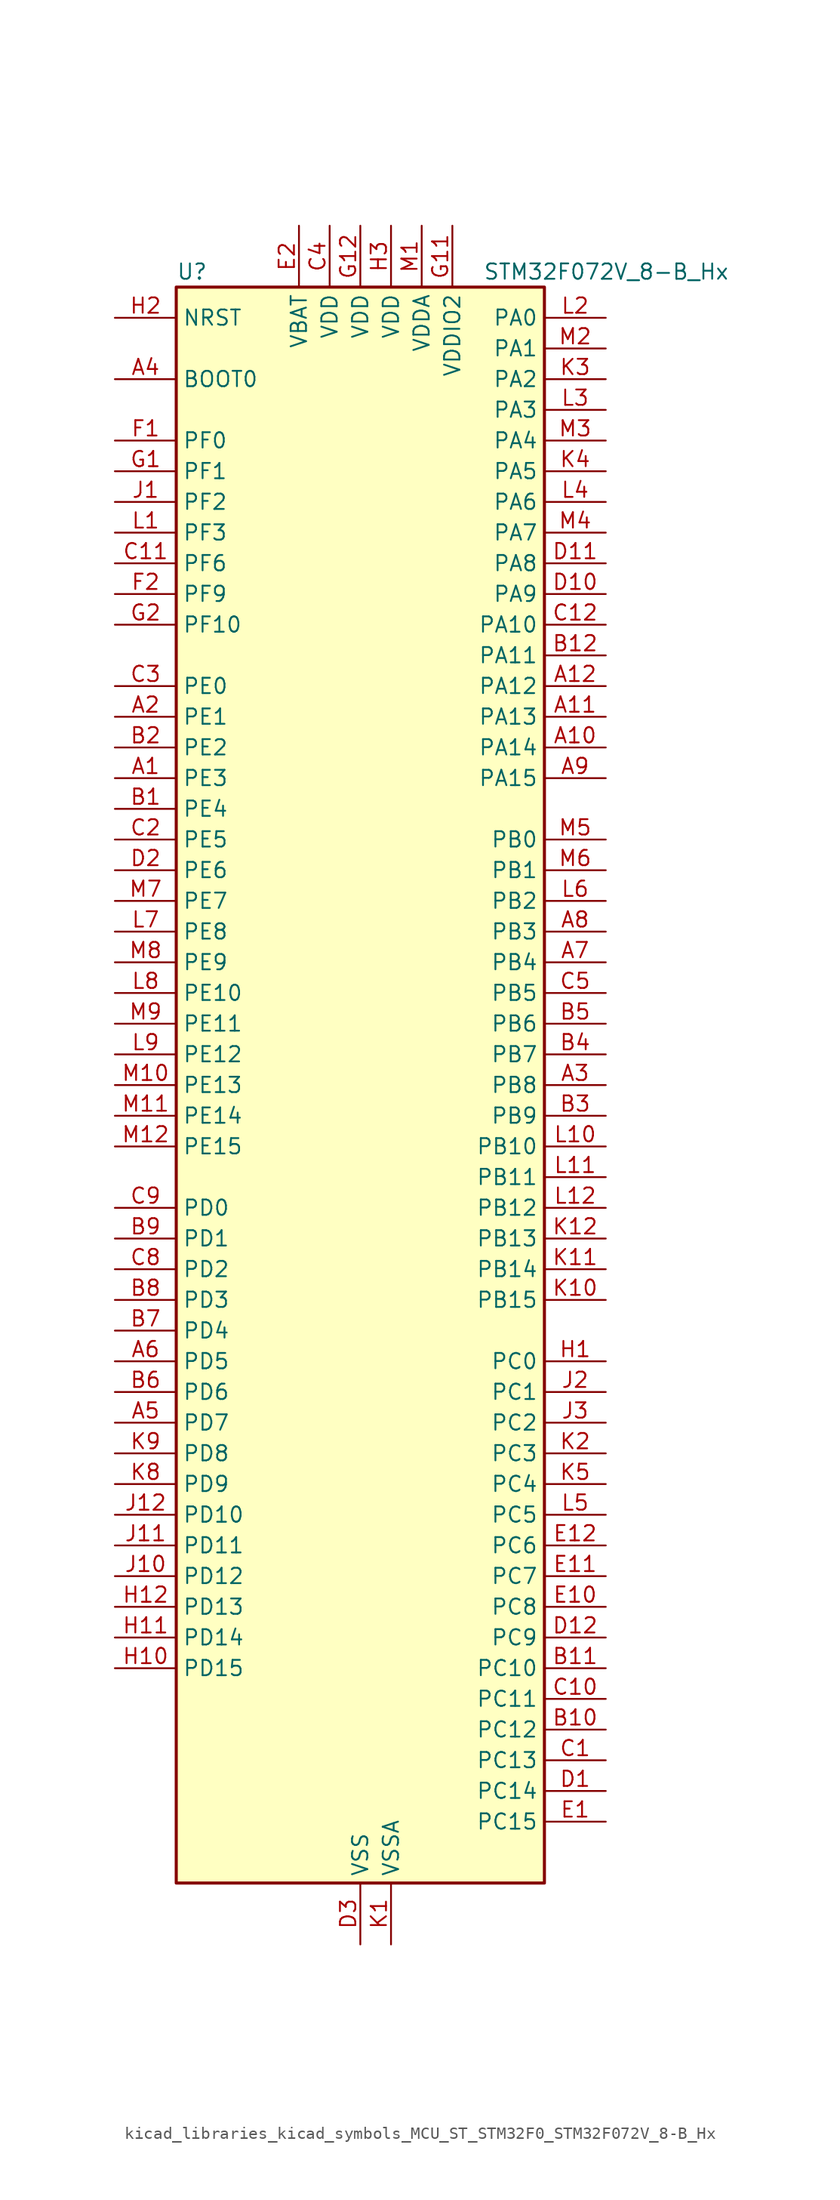
<source format=kicad_sym>
(kicad_symbol_lib
  (version 20220914)
  (generator kicad_symbol_editor)
  (symbol "kicad_libraries_kicad_symbols_MCU_ST_STM32F0_STM32F072V_8-B_Hx"
    (property "Reference" "U"
      (at -15.24 67.31 0)
      (effects (font (size 1.27 1.27)) (justify left)))
    (property "Value" "STM32F072V_8-B_Hx"
      (at 10.16 67.31 0)
      (effects (font (size 1.27 1.27)) (justify left)))
    (property "ki_locked" ""
      (at 0 0 0)
      (effects (font (size 1.27 1.27))))
    (symbol "kicad_libraries_kicad_symbols_MCU_ST_STM32F0_STM32F072V_8-B_Hx_0_1"
      (rectangle (start -15.24 -66.04) (end 15.24 66.04) (stroke (width 0.254) (type default)) (fill (type background))))
    (symbol "kicad_libraries_kicad_symbols_MCU_ST_STM32F0_STM32F072V_8-B_Hx_1_1"
      (pin bidirectional line (at -20.32 25.4 0) (length 5.08) (name "PE3" (effects (font (size 1.27 1.27)))) (number "A1" (effects (font (size 1.27 1.27)))) (alternate "TIM3_CH1" bidirectional line) (alternate "TSC_G7_IO2" bidirectional line))
      (pin bidirectional line (at 20.32 27.94 180) (length 5.08) (name "PA14" (effects (font (size 1.27 1.27)))) (number "A10" (effects (font (size 1.27 1.27)))) (alternate "SYS_SWCLK" bidirectional line) (alternate "USART2_TX" bidirectional line))
      (pin bidirectional line (at 20.32 30.48 180) (length 5.08) (name "PA13" (effects (font (size 1.27 1.27)))) (number "A11" (effects (font (size 1.27 1.27)))) (alternate "IR_OUT" bidirectional line) (alternate "SYS_SWDIO" bidirectional line) (alternate "USB_NOE" bidirectional line))
      (pin bidirectional line (at 20.32 33.02 180) (length 5.08) (name "PA12" (effects (font (size 1.27 1.27)))) (number "A12" (effects (font (size 1.27 1.27)))) (alternate "CAN_TX" bidirectional line) (alternate "COMP2_OUT" bidirectional line) (alternate "TIM1_ETR" bidirectional line) (alternate "TSC_G4_IO4" bidirectional line) (alternate "USART1_DE" bidirectional line) (alternate "USART1_RTS" bidirectional line) (alternate "USB_DP" bidirectional line))
      (pin bidirectional line (at -20.32 30.48 0) (length 5.08) (name "PE1" (effects (font (size 1.27 1.27)))) (number "A2" (effects (font (size 1.27 1.27)))) (alternate "TIM17_CH1" bidirectional line))
      (pin bidirectional line (at 20.32 0 180) (length 5.08) (name "PB8" (effects (font (size 1.27 1.27)))) (number "A3" (effects (font (size 1.27 1.27)))) (alternate "CAN_RX" bidirectional line) (alternate "CEC" bidirectional line) (alternate "I2C1_SCL" bidirectional line) (alternate "TIM16_CH1" bidirectional line) (alternate "TSC_SYNC" bidirectional line))
      (pin input line (at -20.32 58.42 0) (length 5.08) (name "BOOT0" (effects (font (size 1.27 1.27)))) (number "A4" (effects (font (size 1.27 1.27)))))
      (pin bidirectional line (at -20.32 -27.94 0) (length 5.08) (name "PD7" (effects (font (size 1.27 1.27)))) (number "A5" (effects (font (size 1.27 1.27)))) (alternate "USART2_CK" bidirectional line))
      (pin bidirectional line (at -20.32 -22.86 0) (length 5.08) (name "PD5" (effects (font (size 1.27 1.27)))) (number "A6" (effects (font (size 1.27 1.27)))) (alternate "USART2_TX" bidirectional line))
      (pin bidirectional line (at 20.32 10.16 180) (length 5.08) (name "PB4" (effects (font (size 1.27 1.27)))) (number "A7" (effects (font (size 1.27 1.27)))) (alternate "I2S1_MCK" bidirectional line) (alternate "SPI1_MISO" bidirectional line) (alternate "TIM17_BKIN" bidirectional line) (alternate "TIM3_CH1" bidirectional line) (alternate "TSC_G5_IO2" bidirectional line))
      (pin bidirectional line (at 20.32 12.7 180) (length 5.08) (name "PB3" (effects (font (size 1.27 1.27)))) (number "A8" (effects (font (size 1.27 1.27)))) (alternate "I2S1_CK" bidirectional line) (alternate "SPI1_SCK" bidirectional line) (alternate "TIM2_CH2" bidirectional line) (alternate "TSC_G5_IO1" bidirectional line))
      (pin bidirectional line (at 20.32 25.4 180) (length 5.08) (name "PA15" (effects (font (size 1.27 1.27)))) (number "A9" (effects (font (size 1.27 1.27)))) (alternate "I2S1_WS" bidirectional line) (alternate "SPI1_NSS" bidirectional line) (alternate "TIM2_CH1" bidirectional line) (alternate "TIM2_ETR" bidirectional line) (alternate "USART2_RX" bidirectional line) (alternate "USART4_DE" bidirectional line) (alternate "USART4_RTS" bidirectional line))
      (pin bidirectional line (at -20.32 22.86 0) (length 5.08) (name "PE4" (effects (font (size 1.27 1.27)))) (number "B1" (effects (font (size 1.27 1.27)))) (alternate "TIM3_CH2" bidirectional line) (alternate "TSC_G7_IO3" bidirectional line))
      (pin bidirectional line (at 20.32 -53.34 180) (length 5.08) (name "PC12" (effects (font (size 1.27 1.27)))) (number "B10" (effects (font (size 1.27 1.27)))) (alternate "USART3_CK" bidirectional line) (alternate "USART4_CK" bidirectional line))
      (pin bidirectional line (at 20.32 -48.26 180) (length 5.08) (name "PC10" (effects (font (size 1.27 1.27)))) (number "B11" (effects (font (size 1.27 1.27)))) (alternate "USART3_TX" bidirectional line) (alternate "USART4_TX" bidirectional line))
      (pin bidirectional line (at 20.32 35.56 180) (length 5.08) (name "PA11" (effects (font (size 1.27 1.27)))) (number "B12" (effects (font (size 1.27 1.27)))) (alternate "CAN_RX" bidirectional line) (alternate "COMP1_OUT" bidirectional line) (alternate "TIM1_CH4" bidirectional line) (alternate "TSC_G4_IO3" bidirectional line) (alternate "USART1_CTS" bidirectional line) (alternate "USB_DM" bidirectional line))
      (pin bidirectional line (at -20.32 27.94 0) (length 5.08) (name "PE2" (effects (font (size 1.27 1.27)))) (number "B2" (effects (font (size 1.27 1.27)))) (alternate "TIM3_ETR" bidirectional line) (alternate "TSC_G7_IO1" bidirectional line))
      (pin bidirectional line (at 20.32 -2.54 180) (length 5.08) (name "PB9" (effects (font (size 1.27 1.27)))) (number "B3" (effects (font (size 1.27 1.27)))) (alternate "CAN_TX" bidirectional line) (alternate "DAC_EXTI9" bidirectional line) (alternate "I2C1_SDA" bidirectional line) (alternate "I2S2_WS" bidirectional line) (alternate "IR_OUT" bidirectional line) (alternate "SPI2_NSS" bidirectional line) (alternate "TIM17_CH1" bidirectional line))
      (pin bidirectional line (at 20.32 2.54 180) (length 5.08) (name "PB7" (effects (font (size 1.27 1.27)))) (number "B4" (effects (font (size 1.27 1.27)))) (alternate "I2C1_SDA" bidirectional line) (alternate "TIM17_CH1N" bidirectional line) (alternate "TSC_G5_IO4" bidirectional line) (alternate "USART1_RX" bidirectional line) (alternate "USART4_CTS" bidirectional line))
      (pin bidirectional line (at 20.32 5.08 180) (length 5.08) (name "PB6" (effects (font (size 1.27 1.27)))) (number "B5" (effects (font (size 1.27 1.27)))) (alternate "I2C1_SCL" bidirectional line) (alternate "TIM16_CH1N" bidirectional line) (alternate "TSC_G5_IO3" bidirectional line) (alternate "USART1_TX" bidirectional line))
      (pin bidirectional line (at -20.32 -25.4 0) (length 5.08) (name "PD6" (effects (font (size 1.27 1.27)))) (number "B6" (effects (font (size 1.27 1.27)))) (alternate "USART2_RX" bidirectional line))
      (pin bidirectional line (at -20.32 -20.32 0) (length 5.08) (name "PD4" (effects (font (size 1.27 1.27)))) (number "B7" (effects (font (size 1.27 1.27)))) (alternate "I2S2_SD" bidirectional line) (alternate "SPI2_MOSI" bidirectional line) (alternate "USART2_DE" bidirectional line) (alternate "USART2_RTS" bidirectional line))
      (pin bidirectional line (at -20.32 -17.78 0) (length 5.08) (name "PD3" (effects (font (size 1.27 1.27)))) (number "B8" (effects (font (size 1.27 1.27)))) (alternate "I2S2_MCK" bidirectional line) (alternate "SPI2_MISO" bidirectional line) (alternate "USART2_CTS" bidirectional line))
      (pin bidirectional line (at -20.32 -12.7 0) (length 5.08) (name "PD1" (effects (font (size 1.27 1.27)))) (number "B9" (effects (font (size 1.27 1.27)))) (alternate "CAN_TX" bidirectional line) (alternate "I2S2_CK" bidirectional line) (alternate "SPI2_SCK" bidirectional line))
      (pin bidirectional line (at 20.32 -55.88 180) (length 5.08) (name "PC13" (effects (font (size 1.27 1.27)))) (number "C1" (effects (font (size 1.27 1.27)))) (alternate "RTC_OUT_ALARM" bidirectional line) (alternate "RTC_OUT_CALIB" bidirectional line) (alternate "RTC_TAMP1" bidirectional line) (alternate "RTC_TS" bidirectional line) (alternate "SYS_WKUP2" bidirectional line))
      (pin bidirectional line (at 20.32 -50.8 180) (length 5.08) (name "PC11" (effects (font (size 1.27 1.27)))) (number "C10" (effects (font (size 1.27 1.27)))) (alternate "USART3_RX" bidirectional line) (alternate "USART4_RX" bidirectional line))
      (pin bidirectional line (at -20.32 43.18 0) (length 5.08) (name "PF6" (effects (font (size 1.27 1.27)))) (number "C11" (effects (font (size 1.27 1.27)))))
      (pin bidirectional line (at 20.32 38.1 180) (length 5.08) (name "PA10" (effects (font (size 1.27 1.27)))) (number "C12" (effects (font (size 1.27 1.27)))) (alternate "TIM17_BKIN" bidirectional line) (alternate "TIM1_CH3" bidirectional line) (alternate "TSC_G4_IO2" bidirectional line) (alternate "USART1_RX" bidirectional line))
      (pin bidirectional line (at -20.32 20.32 0) (length 5.08) (name "PE5" (effects (font (size 1.27 1.27)))) (number "C2" (effects (font (size 1.27 1.27)))) (alternate "TIM3_CH3" bidirectional line) (alternate "TSC_G7_IO4" bidirectional line))
      (pin bidirectional line (at -20.32 33.02 0) (length 5.08) (name "PE0" (effects (font (size 1.27 1.27)))) (number "C3" (effects (font (size 1.27 1.27)))) (alternate "TIM16_CH1" bidirectional line))
      (pin power_in line (at -2.54 71.12 270) (length 5.08) (name "VDD" (effects (font (size 1.27 1.27)))) (number "C4" (effects (font (size 1.27 1.27)))))
      (pin bidirectional line (at 20.32 7.62 180) (length 5.08) (name "PB5" (effects (font (size 1.27 1.27)))) (number "C5" (effects (font (size 1.27 1.27)))) (alternate "I2C1_SMBA" bidirectional line) (alternate "I2S1_SD" bidirectional line) (alternate "SPI1_MOSI" bidirectional line) (alternate "SYS_WKUP6" bidirectional line) (alternate "TIM16_BKIN" bidirectional line) (alternate "TIM3_CH2" bidirectional line))
      (pin bidirectional line (at -20.32 -15.24 0) (length 5.08) (name "PD2" (effects (font (size 1.27 1.27)))) (number "C8" (effects (font (size 1.27 1.27)))) (alternate "TIM3_ETR" bidirectional line) (alternate "USART3_DE" bidirectional line) (alternate "USART3_RTS" bidirectional line))
      (pin bidirectional line (at -20.32 -10.16 0) (length 5.08) (name "PD0" (effects (font (size 1.27 1.27)))) (number "C9" (effects (font (size 1.27 1.27)))) (alternate "CAN_RX" bidirectional line) (alternate "I2S2_WS" bidirectional line) (alternate "SPI2_NSS" bidirectional line))
      (pin bidirectional line (at 20.32 -58.42 180) (length 5.08) (name "PC14" (effects (font (size 1.27 1.27)))) (number "D1" (effects (font (size 1.27 1.27)))) (alternate "RCC_OSC32_IN" bidirectional line))
      (pin bidirectional line (at 20.32 40.64 180) (length 5.08) (name "PA9" (effects (font (size 1.27 1.27)))) (number "D10" (effects (font (size 1.27 1.27)))) (alternate "DAC_EXTI9" bidirectional line) (alternate "TIM15_BKIN" bidirectional line) (alternate "TIM1_CH2" bidirectional line) (alternate "TSC_G4_IO1" bidirectional line) (alternate "USART1_TX" bidirectional line))
      (pin bidirectional line (at 20.32 43.18 180) (length 5.08) (name "PA8" (effects (font (size 1.27 1.27)))) (number "D11" (effects (font (size 1.27 1.27)))) (alternate "CRS_SYNC" bidirectional line) (alternate "RCC_MCO" bidirectional line) (alternate "TIM1_CH1" bidirectional line) (alternate "USART1_CK" bidirectional line))
      (pin bidirectional line (at 20.32 -45.72 180) (length 5.08) (name "PC9" (effects (font (size 1.27 1.27)))) (number "D12" (effects (font (size 1.27 1.27)))) (alternate "DAC_EXTI9" bidirectional line) (alternate "TIM3_CH4" bidirectional line))
      (pin bidirectional line (at -20.32 17.78 0) (length 5.08) (name "PE6" (effects (font (size 1.27 1.27)))) (number "D2" (effects (font (size 1.27 1.27)))) (alternate "RTC_TAMP3" bidirectional line) (alternate "SYS_WKUP3" bidirectional line) (alternate "TIM3_CH4" bidirectional line))
      (pin power_in line (at 0 -71.12 90) (length 5.08) (name "VSS" (effects (font (size 1.27 1.27)))) (number "D3" (effects (font (size 1.27 1.27)))))
      (pin bidirectional line (at 20.32 -60.96 180) (length 5.08) (name "PC15" (effects (font (size 1.27 1.27)))) (number "E1" (effects (font (size 1.27 1.27)))) (alternate "RCC_OSC32_OUT" bidirectional line))
      (pin bidirectional line (at 20.32 -43.18 180) (length 5.08) (name "PC8" (effects (font (size 1.27 1.27)))) (number "E10" (effects (font (size 1.27 1.27)))) (alternate "TIM3_CH3" bidirectional line))
      (pin bidirectional line (at 20.32 -40.64 180) (length 5.08) (name "PC7" (effects (font (size 1.27 1.27)))) (number "E11" (effects (font (size 1.27 1.27)))) (alternate "TIM3_CH2" bidirectional line))
      (pin bidirectional line (at 20.32 -38.1 180) (length 5.08) (name "PC6" (effects (font (size 1.27 1.27)))) (number "E12" (effects (font (size 1.27 1.27)))) (alternate "TIM3_CH1" bidirectional line))
      (pin power_in line (at -5.08 71.12 270) (length 5.08) (name "VBAT" (effects (font (size 1.27 1.27)))) (number "E2" (effects (font (size 1.27 1.27)))))
      (pin no_connect line (at -15.24 -66.04 0) (length 5.08) hide (name "NC" (effects (font (size 1.27 1.27)))) (number "E3" (effects (font (size 1.27 1.27)))))
      (pin bidirectional line (at -20.32 53.34 0) (length 5.08) (name "PF0" (effects (font (size 1.27 1.27)))) (number "F1" (effects (font (size 1.27 1.27)))) (alternate "CRS_SYNC" bidirectional line) (alternate "RCC_OSC_IN" bidirectional line))
      (pin passive line (at 0 -71.12 90) (length 5.08) hide (name "VSS" (effects (font (size 1.27 1.27)))) (number "F11" (effects (font (size 1.27 1.27)))))
      (pin passive line (at 0 -71.12 90) (length 5.08) hide (name "VSS" (effects (font (size 1.27 1.27)))) (number "F12" (effects (font (size 1.27 1.27)))))
      (pin bidirectional line (at -20.32 40.64 0) (length 5.08) (name "PF9" (effects (font (size 1.27 1.27)))) (number "F2" (effects (font (size 1.27 1.27)))) (alternate "DAC_EXTI9" bidirectional line) (alternate "TIM15_CH1" bidirectional line))
      (pin bidirectional line (at -20.32 50.8 0) (length 5.08) (name "PF1" (effects (font (size 1.27 1.27)))) (number "G1" (effects (font (size 1.27 1.27)))) (alternate "RCC_OSC_OUT" bidirectional line))
      (pin power_in line (at 7.62 71.12 270) (length 5.08) (name "VDDIO2" (effects (font (size 1.27 1.27)))) (number "G11" (effects (font (size 1.27 1.27)))))
      (pin power_in line (at 0 71.12 270) (length 5.08) (name "VDD" (effects (font (size 1.27 1.27)))) (number "G12" (effects (font (size 1.27 1.27)))))
      (pin bidirectional line (at -20.32 38.1 0) (length 5.08) (name "PF10" (effects (font (size 1.27 1.27)))) (number "G2" (effects (font (size 1.27 1.27)))) (alternate "TIM15_CH2" bidirectional line))
      (pin bidirectional line (at 20.32 -22.86 180) (length 5.08) (name "PC0" (effects (font (size 1.27 1.27)))) (number "H1" (effects (font (size 1.27 1.27)))) (alternate "ADC_IN10" bidirectional line))
      (pin bidirectional line (at -20.32 -48.26 0) (length 5.08) (name "PD15" (effects (font (size 1.27 1.27)))) (number "H10" (effects (font (size 1.27 1.27)))) (alternate "CRS_SYNC" bidirectional line) (alternate "TSC_G8_IO4" bidirectional line))
      (pin bidirectional line (at -20.32 -45.72 0) (length 5.08) (name "PD14" (effects (font (size 1.27 1.27)))) (number "H11" (effects (font (size 1.27 1.27)))) (alternate "TSC_G8_IO3" bidirectional line))
      (pin bidirectional line (at -20.32 -43.18 0) (length 5.08) (name "PD13" (effects (font (size 1.27 1.27)))) (number "H12" (effects (font (size 1.27 1.27)))) (alternate "TSC_G8_IO2" bidirectional line))
      (pin input line (at -20.32 63.5 0) (length 5.08) (name "NRST" (effects (font (size 1.27 1.27)))) (number "H2" (effects (font (size 1.27 1.27)))))
      (pin power_in line (at 2.54 71.12 270) (length 5.08) (name "VDD" (effects (font (size 1.27 1.27)))) (number "H3" (effects (font (size 1.27 1.27)))))
      (pin bidirectional line (at -20.32 48.26 0) (length 5.08) (name "PF2" (effects (font (size 1.27 1.27)))) (number "J1" (effects (font (size 1.27 1.27)))) (alternate "SYS_WKUP8" bidirectional line))
      (pin bidirectional line (at -20.32 -40.64 0) (length 5.08) (name "PD12" (effects (font (size 1.27 1.27)))) (number "J10" (effects (font (size 1.27 1.27)))) (alternate "TSC_G8_IO1" bidirectional line) (alternate "USART3_DE" bidirectional line) (alternate "USART3_RTS" bidirectional line))
      (pin bidirectional line (at -20.32 -38.1 0) (length 5.08) (name "PD11" (effects (font (size 1.27 1.27)))) (number "J11" (effects (font (size 1.27 1.27)))) (alternate "USART3_CTS" bidirectional line))
      (pin bidirectional line (at -20.32 -35.56 0) (length 5.08) (name "PD10" (effects (font (size 1.27 1.27)))) (number "J12" (effects (font (size 1.27 1.27)))) (alternate "USART3_CK" bidirectional line))
      (pin bidirectional line (at 20.32 -25.4 180) (length 5.08) (name "PC1" (effects (font (size 1.27 1.27)))) (number "J2" (effects (font (size 1.27 1.27)))) (alternate "ADC_IN11" bidirectional line))
      (pin bidirectional line (at 20.32 -27.94 180) (length 5.08) (name "PC2" (effects (font (size 1.27 1.27)))) (number "J3" (effects (font (size 1.27 1.27)))) (alternate "ADC_IN12" bidirectional line) (alternate "I2S2_MCK" bidirectional line) (alternate "SPI2_MISO" bidirectional line))
      (pin power_in line (at 2.54 -71.12 90) (length 5.08) (name "VSSA" (effects (font (size 1.27 1.27)))) (number "K1" (effects (font (size 1.27 1.27)))))
      (pin bidirectional line (at 20.32 -17.78 180) (length 5.08) (name "PB15" (effects (font (size 1.27 1.27)))) (number "K10" (effects (font (size 1.27 1.27)))) (alternate "I2S2_SD" bidirectional line) (alternate "RTC_REFIN" bidirectional line) (alternate "SPI2_MOSI" bidirectional line) (alternate "SYS_WKUP7" bidirectional line) (alternate "TIM15_CH1N" bidirectional line) (alternate "TIM15_CH2" bidirectional line) (alternate "TIM1_CH3N" bidirectional line))
      (pin bidirectional line (at 20.32 -15.24 180) (length 5.08) (name "PB14" (effects (font (size 1.27 1.27)))) (number "K11" (effects (font (size 1.27 1.27)))) (alternate "I2C2_SDA" bidirectional line) (alternate "I2S2_MCK" bidirectional line) (alternate "SPI2_MISO" bidirectional line) (alternate "TIM15_CH1" bidirectional line) (alternate "TIM1_CH2N" bidirectional line) (alternate "TSC_G6_IO4" bidirectional line) (alternate "USART3_DE" bidirectional line) (alternate "USART3_RTS" bidirectional line))
      (pin bidirectional line (at 20.32 -12.7 180) (length 5.08) (name "PB13" (effects (font (size 1.27 1.27)))) (number "K12" (effects (font (size 1.27 1.27)))) (alternate "I2C2_SCL" bidirectional line) (alternate "I2S2_CK" bidirectional line) (alternate "SPI2_SCK" bidirectional line) (alternate "TIM1_CH1N" bidirectional line) (alternate "TSC_G6_IO3" bidirectional line) (alternate "USART3_CTS" bidirectional line))
      (pin bidirectional line (at 20.32 -30.48 180) (length 5.08) (name "PC3" (effects (font (size 1.27 1.27)))) (number "K2" (effects (font (size 1.27 1.27)))) (alternate "ADC_IN13" bidirectional line) (alternate "I2S2_SD" bidirectional line) (alternate "SPI2_MOSI" bidirectional line))
      (pin bidirectional line (at 20.32 58.42 180) (length 5.08) (name "PA2" (effects (font (size 1.27 1.27)))) (number "K3" (effects (font (size 1.27 1.27)))) (alternate "ADC_IN2" bidirectional line) (alternate "COMP2_INM" bidirectional line) (alternate "COMP2_OUT" bidirectional line) (alternate "SYS_WKUP4" bidirectional line) (alternate "TIM15_CH1" bidirectional line) (alternate "TIM2_CH3" bidirectional line) (alternate "TSC_G1_IO3" bidirectional line) (alternate "USART2_TX" bidirectional line))
      (pin bidirectional line (at 20.32 50.8 180) (length 5.08) (name "PA5" (effects (font (size 1.27 1.27)))) (number "K4" (effects (font (size 1.27 1.27)))) (alternate "ADC_IN5" bidirectional line) (alternate "CEC" bidirectional line) (alternate "COMP1_INM" bidirectional line) (alternate "COMP2_INM" bidirectional line) (alternate "DAC_OUT2" bidirectional line) (alternate "I2S1_CK" bidirectional line) (alternate "SPI1_SCK" bidirectional line) (alternate "TIM2_CH1" bidirectional line) (alternate "TIM2_ETR" bidirectional line) (alternate "TSC_G2_IO2" bidirectional line))
      (pin bidirectional line (at 20.32 -33.02 180) (length 5.08) (name "PC4" (effects (font (size 1.27 1.27)))) (number "K5" (effects (font (size 1.27 1.27)))) (alternate "ADC_IN14" bidirectional line) (alternate "USART3_TX" bidirectional line))
      (pin bidirectional line (at -20.32 -33.02 0) (length 5.08) (name "PD9" (effects (font (size 1.27 1.27)))) (number "K8" (effects (font (size 1.27 1.27)))) (alternate "DAC_EXTI9" bidirectional line) (alternate "USART3_RX" bidirectional line))
      (pin bidirectional line (at -20.32 -30.48 0) (length 5.08) (name "PD8" (effects (font (size 1.27 1.27)))) (number "K9" (effects (font (size 1.27 1.27)))) (alternate "USART3_TX" bidirectional line))
      (pin bidirectional line (at -20.32 45.72 0) (length 5.08) (name "PF3" (effects (font (size 1.27 1.27)))) (number "L1" (effects (font (size 1.27 1.27)))))
      (pin bidirectional line (at 20.32 -5.08 180) (length 5.08) (name "PB10" (effects (font (size 1.27 1.27)))) (number "L10" (effects (font (size 1.27 1.27)))) (alternate "CEC" bidirectional line) (alternate "I2C2_SCL" bidirectional line) (alternate "I2S2_CK" bidirectional line) (alternate "SPI2_SCK" bidirectional line) (alternate "TIM2_CH3" bidirectional line) (alternate "TSC_SYNC" bidirectional line) (alternate "USART3_TX" bidirectional line))
      (pin bidirectional line (at 20.32 -7.62 180) (length 5.08) (name "PB11" (effects (font (size 1.27 1.27)))) (number "L11" (effects (font (size 1.27 1.27)))) (alternate "I2C2_SDA" bidirectional line) (alternate "TIM2_CH4" bidirectional line) (alternate "TSC_G6_IO1" bidirectional line) (alternate "USART3_RX" bidirectional line))
      (pin bidirectional line (at 20.32 -10.16 180) (length 5.08) (name "PB12" (effects (font (size 1.27 1.27)))) (number "L12" (effects (font (size 1.27 1.27)))) (alternate "I2S2_WS" bidirectional line) (alternate "SPI2_NSS" bidirectional line) (alternate "TIM15_BKIN" bidirectional line) (alternate "TIM1_BKIN" bidirectional line) (alternate "TSC_G6_IO2" bidirectional line) (alternate "USART3_CK" bidirectional line))
      (pin bidirectional line (at 20.32 63.5 180) (length 5.08) (name "PA0" (effects (font (size 1.27 1.27)))) (number "L2" (effects (font (size 1.27 1.27)))) (alternate "ADC_IN0" bidirectional line) (alternate "COMP1_INM" bidirectional line) (alternate "COMP1_OUT" bidirectional line) (alternate "RTC_TAMP2" bidirectional line) (alternate "SYS_WKUP1" bidirectional line) (alternate "TIM2_CH1" bidirectional line) (alternate "TIM2_ETR" bidirectional line) (alternate "TSC_G1_IO1" bidirectional line) (alternate "USART2_CTS" bidirectional line) (alternate "USART4_TX" bidirectional line))
      (pin bidirectional line (at 20.32 55.88 180) (length 5.08) (name "PA3" (effects (font (size 1.27 1.27)))) (number "L3" (effects (font (size 1.27 1.27)))) (alternate "ADC_IN3" bidirectional line) (alternate "COMP2_INP" bidirectional line) (alternate "TIM15_CH2" bidirectional line) (alternate "TIM2_CH4" bidirectional line) (alternate "TSC_G1_IO4" bidirectional line) (alternate "USART2_RX" bidirectional line))
      (pin bidirectional line (at 20.32 48.26 180) (length 5.08) (name "PA6" (effects (font (size 1.27 1.27)))) (number "L4" (effects (font (size 1.27 1.27)))) (alternate "ADC_IN6" bidirectional line) (alternate "COMP1_OUT" bidirectional line) (alternate "I2S1_MCK" bidirectional line) (alternate "SPI1_MISO" bidirectional line) (alternate "TIM16_CH1" bidirectional line) (alternate "TIM1_BKIN" bidirectional line) (alternate "TIM3_CH1" bidirectional line) (alternate "TSC_G2_IO3" bidirectional line) (alternate "USART3_CTS" bidirectional line))
      (pin bidirectional line (at 20.32 -35.56 180) (length 5.08) (name "PC5" (effects (font (size 1.27 1.27)))) (number "L5" (effects (font (size 1.27 1.27)))) (alternate "ADC_IN15" bidirectional line) (alternate "SYS_WKUP5" bidirectional line) (alternate "TSC_G3_IO1" bidirectional line) (alternate "USART3_RX" bidirectional line))
      (pin bidirectional line (at 20.32 15.24 180) (length 5.08) (name "PB2" (effects (font (size 1.27 1.27)))) (number "L6" (effects (font (size 1.27 1.27)))) (alternate "TSC_G3_IO4" bidirectional line))
      (pin bidirectional line (at -20.32 12.7 0) (length 5.08) (name "PE8" (effects (font (size 1.27 1.27)))) (number "L7" (effects (font (size 1.27 1.27)))) (alternate "TIM1_CH1N" bidirectional line))
      (pin bidirectional line (at -20.32 7.62 0) (length 5.08) (name "PE10" (effects (font (size 1.27 1.27)))) (number "L8" (effects (font (size 1.27 1.27)))) (alternate "TIM1_CH2N" bidirectional line))
      (pin bidirectional line (at -20.32 2.54 0) (length 5.08) (name "PE12" (effects (font (size 1.27 1.27)))) (number "L9" (effects (font (size 1.27 1.27)))) (alternate "I2S1_WS" bidirectional line) (alternate "SPI1_NSS" bidirectional line) (alternate "TIM1_CH3N" bidirectional line))
      (pin power_in line (at 5.08 71.12 270) (length 5.08) (name "VDDA" (effects (font (size 1.27 1.27)))) (number "M1" (effects (font (size 1.27 1.27)))))
      (pin bidirectional line (at -20.32 0 0) (length 5.08) (name "PE13" (effects (font (size 1.27 1.27)))) (number "M10" (effects (font (size 1.27 1.27)))) (alternate "I2S1_CK" bidirectional line) (alternate "SPI1_SCK" bidirectional line) (alternate "TIM1_CH3" bidirectional line))
      (pin bidirectional line (at -20.32 -2.54 0) (length 5.08) (name "PE14" (effects (font (size 1.27 1.27)))) (number "M11" (effects (font (size 1.27 1.27)))) (alternate "I2S1_MCK" bidirectional line) (alternate "SPI1_MISO" bidirectional line) (alternate "TIM1_CH4" bidirectional line))
      (pin bidirectional line (at -20.32 -5.08 0) (length 5.08) (name "PE15" (effects (font (size 1.27 1.27)))) (number "M12" (effects (font (size 1.27 1.27)))) (alternate "I2S1_SD" bidirectional line) (alternate "SPI1_MOSI" bidirectional line) (alternate "TIM1_BKIN" bidirectional line))
      (pin bidirectional line (at 20.32 60.96 180) (length 5.08) (name "PA1" (effects (font (size 1.27 1.27)))) (number "M2" (effects (font (size 1.27 1.27)))) (alternate "ADC_IN1" bidirectional line) (alternate "COMP1_INP" bidirectional line) (alternate "TIM15_CH1N" bidirectional line) (alternate "TIM2_CH2" bidirectional line) (alternate "TSC_G1_IO2" bidirectional line) (alternate "USART2_DE" bidirectional line) (alternate "USART2_RTS" bidirectional line) (alternate "USART4_RX" bidirectional line))
      (pin bidirectional line (at 20.32 53.34 180) (length 5.08) (name "PA4" (effects (font (size 1.27 1.27)))) (number "M3" (effects (font (size 1.27 1.27)))) (alternate "ADC_IN4" bidirectional line) (alternate "COMP1_INM" bidirectional line) (alternate "COMP2_INM" bidirectional line) (alternate "DAC_OUT1" bidirectional line) (alternate "I2S1_WS" bidirectional line) (alternate "SPI1_NSS" bidirectional line) (alternate "TIM14_CH1" bidirectional line) (alternate "TSC_G2_IO1" bidirectional line) (alternate "USART2_CK" bidirectional line))
      (pin bidirectional line (at 20.32 45.72 180) (length 5.08) (name "PA7" (effects (font (size 1.27 1.27)))) (number "M4" (effects (font (size 1.27 1.27)))) (alternate "ADC_IN7" bidirectional line) (alternate "COMP2_OUT" bidirectional line) (alternate "I2S1_SD" bidirectional line) (alternate "SPI1_MOSI" bidirectional line) (alternate "TIM14_CH1" bidirectional line) (alternate "TIM17_CH1" bidirectional line) (alternate "TIM1_CH1N" bidirectional line) (alternate "TIM3_CH2" bidirectional line) (alternate "TSC_G2_IO4" bidirectional line))
      (pin bidirectional line (at 20.32 20.32 180) (length 5.08) (name "PB0" (effects (font (size 1.27 1.27)))) (number "M5" (effects (font (size 1.27 1.27)))) (alternate "ADC_IN8" bidirectional line) (alternate "TIM1_CH2N" bidirectional line) (alternate "TIM3_CH3" bidirectional line) (alternate "TSC_G3_IO2" bidirectional line) (alternate "USART3_CK" bidirectional line))
      (pin bidirectional line (at 20.32 17.78 180) (length 5.08) (name "PB1" (effects (font (size 1.27 1.27)))) (number "M6" (effects (font (size 1.27 1.27)))) (alternate "ADC_IN9" bidirectional line) (alternate "TIM14_CH1" bidirectional line) (alternate "TIM1_CH3N" bidirectional line) (alternate "TIM3_CH4" bidirectional line) (alternate "TSC_G3_IO3" bidirectional line) (alternate "USART3_DE" bidirectional line) (alternate "USART3_RTS" bidirectional line))
      (pin bidirectional line (at -20.32 15.24 0) (length 5.08) (name "PE7" (effects (font (size 1.27 1.27)))) (number "M7" (effects (font (size 1.27 1.27)))) (alternate "TIM1_ETR" bidirectional line))
      (pin bidirectional line (at -20.32 10.16 0) (length 5.08) (name "PE9" (effects (font (size 1.27 1.27)))) (number "M8" (effects (font (size 1.27 1.27)))) (alternate "DAC_EXTI9" bidirectional line) (alternate "TIM1_CH1" bidirectional line))
      (pin bidirectional line (at -20.32 5.08 0) (length 5.08) (name "PE11" (effects (font (size 1.27 1.27)))) (number "M9" (effects (font (size 1.27 1.27)))) (alternate "TIM1_CH2" bidirectional line)))))
</source>
